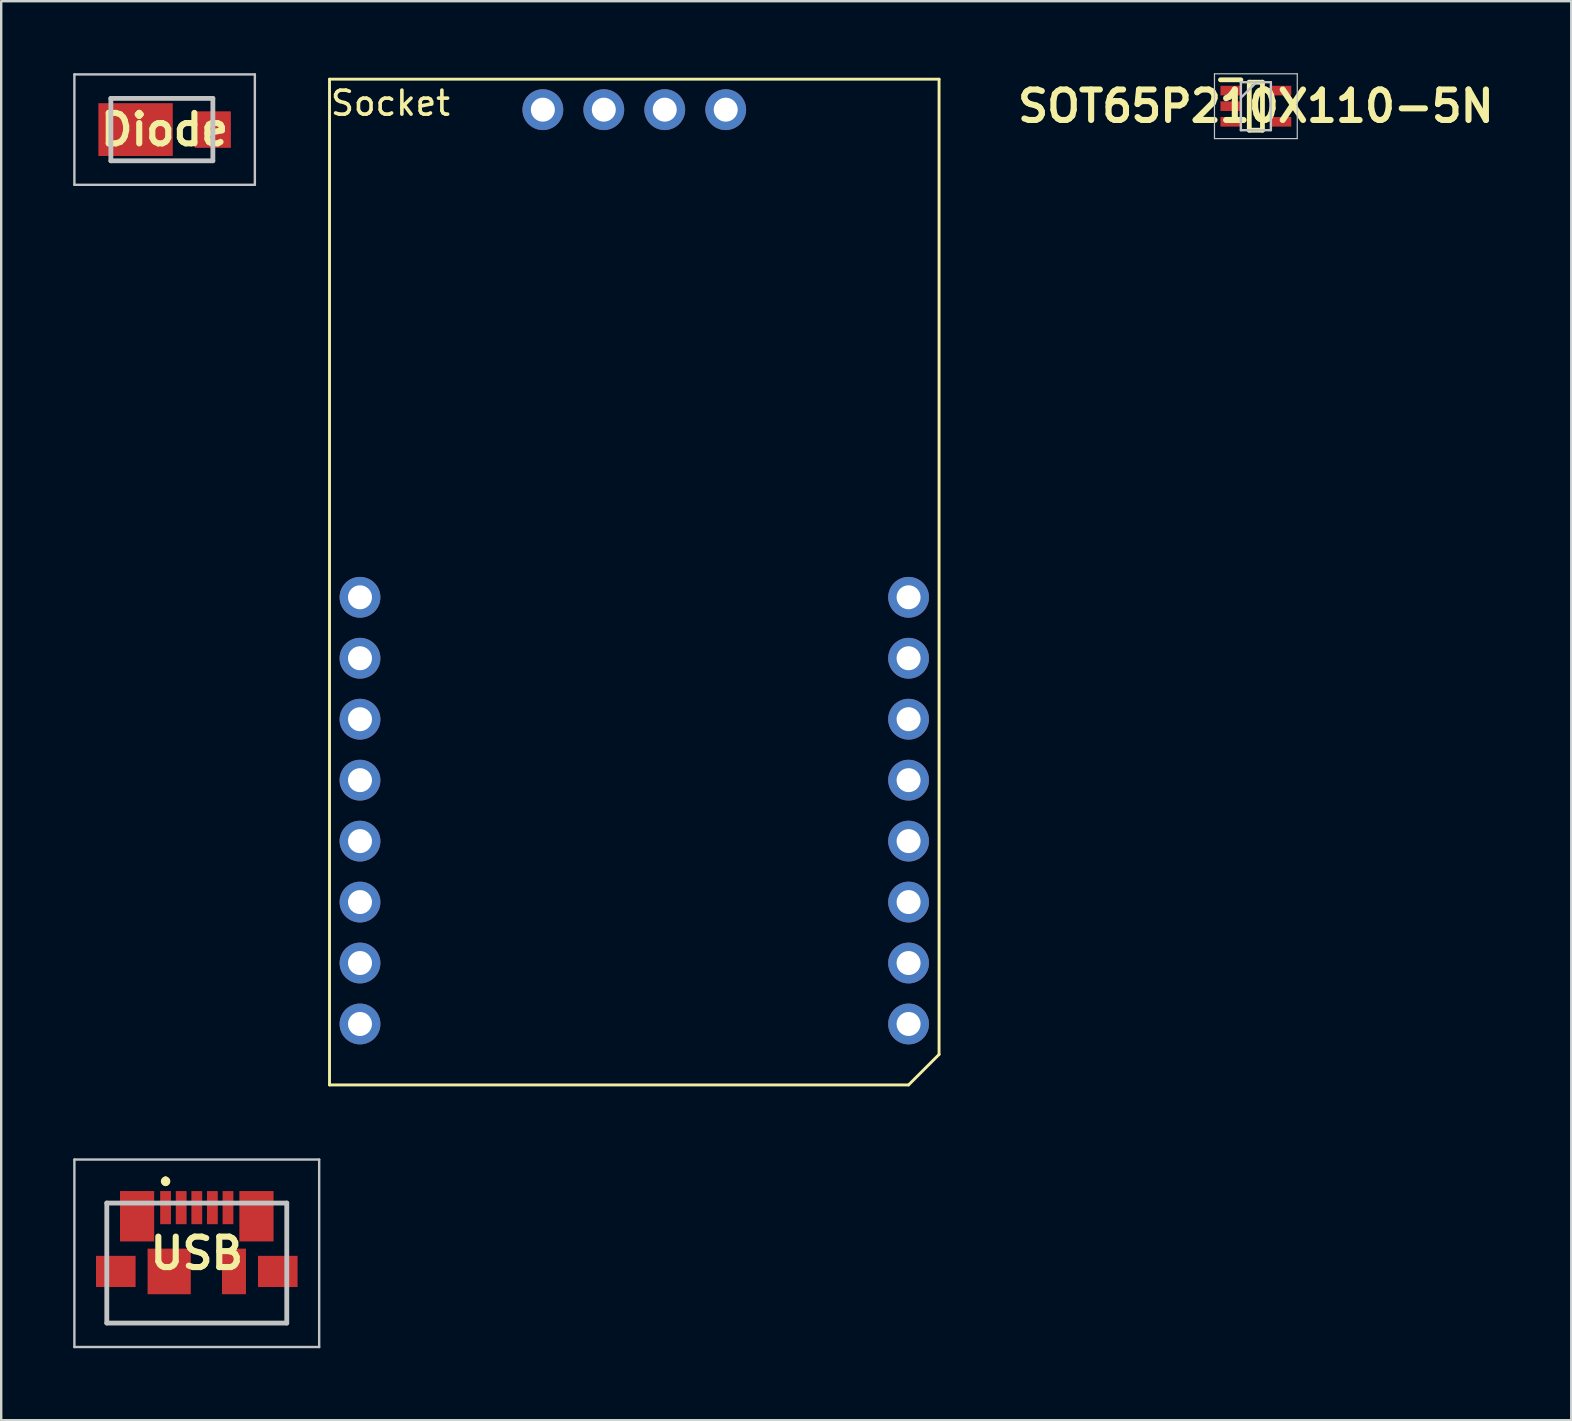
<source format=kicad_pcb>
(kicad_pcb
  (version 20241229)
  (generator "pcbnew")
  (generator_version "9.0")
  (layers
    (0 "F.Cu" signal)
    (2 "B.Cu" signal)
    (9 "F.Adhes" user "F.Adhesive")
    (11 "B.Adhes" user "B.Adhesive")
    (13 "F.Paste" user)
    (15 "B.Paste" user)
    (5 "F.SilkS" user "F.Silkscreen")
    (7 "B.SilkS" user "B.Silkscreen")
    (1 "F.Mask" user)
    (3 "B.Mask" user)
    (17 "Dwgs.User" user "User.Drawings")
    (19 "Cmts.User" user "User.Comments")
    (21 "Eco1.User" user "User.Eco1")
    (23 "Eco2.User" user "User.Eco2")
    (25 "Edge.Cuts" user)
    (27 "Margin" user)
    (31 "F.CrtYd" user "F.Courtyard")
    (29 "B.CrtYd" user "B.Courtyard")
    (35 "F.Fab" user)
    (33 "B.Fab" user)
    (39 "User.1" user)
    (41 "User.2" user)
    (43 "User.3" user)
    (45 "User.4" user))
  (footprint "SOT65P210X110-5N"
    (layer "F.Cu")
    (at 49.283 1.375)
    (property "Reference" "SOT65P210X110-5N" (at 0 0 0) (layer "F.SilkS") (effects (font (size 1.27 1.27) (thickness 0.254))))
    (attr smd)
    (fp_line (start -1.475 -1.1) (end -0.625 -1.1) (stroke (width 0.2) (type solid)) (layer "F.SilkS"))
    (fp_line (start -0.275 -1) (end 0.275 -1) (stroke (width 0.2) (type solid)) (layer "F.SilkS"))
    (fp_line (start -0.275 1) (end -0.275 -1) (stroke (width 0.2) (type solid)) (layer "F.SilkS"))
    (fp_line (start 0.275 -1) (end 0.275 1) (stroke (width 0.2) (type solid)) (layer "F.SilkS"))
    (fp_line (start 0.275 1) (end -0.275 1) (stroke (width 0.2) (type solid)) (layer "F.SilkS"))
    (fp_line (start -1.725 -1.35) (end 1.725 -1.35) (stroke (width 0.05) (type solid)) (layer "Dwgs.User"))
    (fp_line (start -1.725 1.35) (end -1.725 -1.35) (stroke (width 0.05) (type solid)) (layer "Dwgs.User"))
    (fp_line (start -0.625 -1) (end 0.625 -1) (stroke (width 0.1) (type solid)) (layer "Dwgs.User"))
    (fp_line (start -0.625 -0.35) (end 0.025 -1) (stroke (width 0.1) (type solid)) (layer "Dwgs.User"))
    (fp_line (start -0.625 1) (end -0.625 -1) (stroke (width 0.1) (type solid)) (layer "Dwgs.User"))
    (fp_line (start 0.625 -1) (end 0.625 1) (stroke (width 0.1) (type solid)) (layer "Dwgs.User"))
    (fp_line (start 0.625 1) (end -0.625 1) (stroke (width 0.1) (type solid)) (layer "Dwgs.User"))
    (fp_line (start 1.725 -1.35) (end 1.725 1.35) (stroke (width 0.05) (type solid)) (layer "Dwgs.User"))
    (fp_line (start 1.725 1.35) (end -1.725 1.35) (stroke (width 0.05) (type solid)) (layer "Dwgs.User"))
    (pad "1" smd rect (at -1.05 -0.65 90) (size 0.4 0.85) (layers "F.Cu" "F.Mask" "F.Paste"))
    (pad "2" smd rect (at -1.05 0 90) (size 0.4 0.85) (layers "F.Cu" "F.Mask" "F.Paste"))
    (pad "3" smd rect (at -1.05 0.65 90) (size 0.4 0.85) (layers "F.Cu" "F.Mask" "F.Paste"))
    (pad "4" smd rect (at 1.05 0.65 90) (size 0.4 0.85) (layers "F.Cu" "F.Mask" "F.Paste"))
    (pad "5" smd rect (at 1.05 -0.65 90) (size 0.4 0.85) (layers "F.Cu" "F.Mask" "F.Paste")))
  (footprint "Diode"
    (layer "F.Cu")
    (at 3.695 2.35)
    (property "Reference" "Diode" (at 0.115 0 0) (layer "F.SilkS") (effects (font (size 1.27 1.27) (thickness 0.254))))
    (attr smd)
    (fp_line (start 0.725 -1.3) (end 2.125 -1.3) (stroke (width 0.1) (type solid)) (layer "F.SilkS"))
    (fp_line (start 2.125 -1.3) (end 2.125 -1) (stroke (width 0.1) (type solid)) (layer "F.SilkS"))
    (fp_line (start 2.125 1) (end 2.125 1.3) (stroke (width 0.1) (type solid)) (layer "F.SilkS"))
    (fp_line (start 2.125 1.3) (end 0.725 1.3) (stroke (width 0.1) (type solid)) (layer "F.SilkS"))
    (fp_line (start -3.645 -2.3) (end 3.875 -2.3) (stroke (width 0.1) (type solid)) (layer "Dwgs.User"))
    (fp_line (start -3.645 2.3) (end -3.645 -2.3) (stroke (width 0.1) (type solid)) (layer "Dwgs.User"))
    (fp_line (start -2.125 -1.3) (end 2.125 -1.3) (stroke (width 0.2) (type solid)) (layer "Dwgs.User"))
    (fp_line (start -2.125 1.3) (end -2.125 -1.3) (stroke (width 0.2) (type solid)) (layer "Dwgs.User"))
    (fp_line (start 2.125 -1.3) (end 2.125 1.3) (stroke (width 0.2) (type solid)) (layer "Dwgs.User"))
    (fp_line (start 2.125 1.3) (end -2.125 1.3) (stroke (width 0.2) (type solid)) (layer "Dwgs.User"))
    (fp_line (start 3.875 -2.3) (end 3.875 2.3) (stroke (width 0.1) (type solid)) (layer "Dwgs.User"))
    (fp_line (start 3.875 2.3) (end -3.645 2.3) (stroke (width 0.1) (type solid)) (layer "Dwgs.User"))
    (pad "1" smd rect (at -1.095 0 90) (size 2.2 3.1) (layers "F.Cu" "F.Mask" "F.Paste"))
    (pad "2" smd rect (at 2.125 0) (size 1.5 1.52) (layers "F.Cu" "F.Mask" "F.Paste")))
  (footprint "USB"
    (layer "F.Cu")
    (at 5.15 49.176)
    (property "Reference" "USB" (at 0 0 0) (layer "F.SilkS") (effects (font (size 1.27 1.27) (thickness 0.254))))
    (attr smd)
    (fp_line (start -3.75 -2.094) (end -3.75 -0.467) (stroke (width 0.1) (type solid)) (layer "F.SilkS"))
    (fp_line (start -1.3 -3.1) (end -1.3 -3.1) (stroke (width 0.2) (type solid)) (layer "F.SilkS"))
    (fp_line (start -1.3 -2.9) (end -1.3 -2.9) (stroke (width 0.2) (type solid)) (layer "F.SilkS"))
    (fp_line (start 3.75 -2.094) (end 3.75 -0.467) (stroke (width 0.1) (type solid)) (layer "F.SilkS"))
    (fp_line (start 3.75 2.906) (end -3.75 2.906) (stroke (width 0.1) (type solid)) (layer "F.SilkS"))
    (fp_arc (start -1.3 -3.1) (mid -1.2 -3) (end -1.3 -2.9) (stroke (width 0.2) (type solid)) (layer "F.SilkS"))
    (fp_arc (start -1.3 -2.9) (mid -1.4 -3) (end -1.3 -3.1) (stroke (width 0.2) (type solid)) (layer "F.SilkS"))
    (fp_line (start -5.1 -3.906) (end 5.1 -3.906) (stroke (width 0.1) (type solid)) (layer "Dwgs.User"))
    (fp_line (start -5.1 3.906) (end -5.1 -3.906) (stroke (width 0.1) (type solid)) (layer "Dwgs.User"))
    (fp_line (start -3.75 -2.094) (end 3.75 -2.094) (stroke (width 0.2) (type solid)) (layer "Dwgs.User"))
    (fp_line (start -3.75 2.906) (end -3.75 -2.094) (stroke (width 0.2) (type solid)) (layer "Dwgs.User"))
    (fp_line (start 3.75 -2.094) (end 3.75 2.906) (stroke (width 0.2) (type solid)) (layer "Dwgs.User"))
    (fp_line (start 3.75 2.906) (end -3.75 2.906) (stroke (width 0.2) (type solid)) (layer "Dwgs.User"))
    (fp_line (start 5.1 -3.906) (end 5.1 3.906) (stroke (width 0.1) (type solid)) (layer "Dwgs.User"))
    (fp_line (start 5.1 3.906) (end -5.1 3.906) (stroke (width 0.1) (type solid)) (layer "Dwgs.User"))
    (pad "1" smd rect (at -1.3 -1.903) (size 0.45 1.38) (layers "F.Cu" "F.Mask" "F.Paste"))
    (pad "2" smd rect (at -0.65 -1.903) (size 0.45 1.38) (layers "F.Cu" "F.Mask" "F.Paste"))
    (pad "3" smd rect (at 0 -1.903) (size 0.45 1.38) (layers "F.Cu" "F.Mask" "F.Paste"))
    (pad "4" smd rect (at 0.65 -1.903) (size 0.45 1.38) (layers "F.Cu" "F.Mask" "F.Paste"))
    (pad "5" smd rect (at 1.3 -1.903) (size 0.45 1.38) (layers "F.Cu" "F.Mask" "F.Paste"))
    (pad "6" smd rect (at 2.487 -1.544) (size 1.425 2.1) (layers "F.Cu" "F.Mask" "F.Paste"))
    (pad "7" smd rect (at -2.487 -1.544) (size 1.425 2.1) (layers "F.Cu" "F.Mask" "F.Paste"))
    (pad "8" smd rect (at -1.15 0.756) (size 1.8 1.9) (layers "F.Cu" "F.Mask" "F.Paste"))
    (pad "9" smd rect (at 1.55 0.756) (size 1 1.9) (layers "F.Cu" "F.Mask" "F.Paste"))
    (pad "10" smd rect (at -3.375 0.756 90) (size 1.3 1.65) (layers "F.Cu" "F.Mask" "F.Paste"))
    (pad "11" smd rect (at 3.375 0.756 90) (size 1.3 1.65) (layers "F.Cu" "F.Mask" "F.Paste")))
  (footprint "Socket"
    (layer "F.Cu")
    (at 23.381 0.25)
    (property "Reference" "Socket" (at -10.16 1 0) (layer "F.SilkS") (effects (font (size 1 1) (thickness 0.15))))
    (attr through_hole)
    (fp_line (start -12.7 0) (end 12.7 0) (stroke (width 0.12) (type solid)) (layer "F.SilkS"))
    (fp_line (start -12.7 41.91) (end -12.7 0) (stroke (width 0.12) (type solid)) (layer "F.SilkS"))
    (fp_line (start 11.43 41.91) (end -12.7 41.91) (stroke (width 0.12) (type solid)) (layer "F.SilkS"))
    (fp_line (start 12.7 0) (end 12.7 40.64) (stroke (width 0.12) (type solid)) (layer "F.SilkS"))
    (fp_line (start 12.7 40.64) (end 11.43 41.91) (stroke (width 0.12) (type solid)) (layer "F.SilkS"))
    (pad "1" thru_hole circle (at -11.43 39.37) (size 1.7 1.7) (drill 1) (layers "*.Cu" "*.Mask"))
    (pad "2" thru_hole circle (at -11.43 36.83) (size 1.7 1.7) (drill 1) (layers "*.Cu" "*.Mask"))
    (pad "3" thru_hole circle (at -11.43 34.29) (size 1.7 1.7) (drill 1) (layers "*.Cu" "*.Mask"))
    (pad "4" thru_hole circle (at -11.43 31.75) (size 1.7 1.7) (drill 1) (layers "*.Cu" "*.Mask"))
    (pad "5" thru_hole circle (at -11.43 29.21) (size 1.7 1.7) (drill 1) (layers "*.Cu" "*.Mask"))
    (pad "6" thru_hole circle (at -11.43 26.67) (size 1.7 1.7) (drill 1) (layers "*.Cu" "*.Mask"))
    (pad "7" thru_hole circle (at -11.43 24.13) (size 1.7 1.7) (drill 1) (layers "*.Cu" "*.Mask"))
    (pad "8" thru_hole circle (at -11.43 21.59) (size 1.7 1.7) (drill 1) (layers "*.Cu" "*.Mask"))
    (pad "9" thru_hole circle (at -3.81 1.27) (size 1.7 1.7) (drill 1) (layers "*.Cu" "*.Mask"))
    (pad "10" thru_hole circle (at -1.27 1.27) (size 1.7 1.7) (drill 1) (layers "*.Cu" "*.Mask"))
    (pad "11" thru_hole circle (at 1.27 1.27) (size 1.7 1.7) (drill 1) (layers "*.Cu" "*.Mask"))
    (pad "12" thru_hole circle (at 3.81 1.27) (size 1.7 1.7) (drill 1) (layers "*.Cu" "*.Mask"))
    (pad "13" thru_hole circle (at 11.43 21.59) (size 1.7 1.7) (drill 1) (layers "*.Cu" "*.Mask"))
    (pad "14" thru_hole circle (at 11.43 24.13) (size 1.7 1.7) (drill 1) (layers "*.Cu" "*.Mask"))
    (pad "15" thru_hole circle (at 11.43 26.67) (size 1.7 1.7) (drill 1) (layers "*.Cu" "*.Mask"))
    (pad "16" thru_hole circle (at 11.43 29.21) (size 1.7 1.7) (drill 1) (layers "*.Cu" "*.Mask"))
    (pad "17" thru_hole circle (at 11.43 31.75) (size 1.7 1.7) (drill 1) (layers "*.Cu" "*.Mask"))
    (pad "18" thru_hole circle (at 11.43 34.29) (size 1.7 1.7) (drill 1) (layers "*.Cu" "*.Mask"))
    (pad "19" thru_hole circle (at 11.43 36.83) (size 1.7 1.7) (drill 1) (layers "*.Cu" "*.Mask"))
    (pad "20" thru_hole circle (at 11.43 39.37) (size 1.7 1.7) (drill 1) (layers "*.Cu" "*.Mask")))
  (gr_rect
    (start -3 -3)
    (end 62.425 56.132)
    (stroke (width 0.1) (type default))
    (fill no)
    (layer "Edge.Cuts")))
</source>
